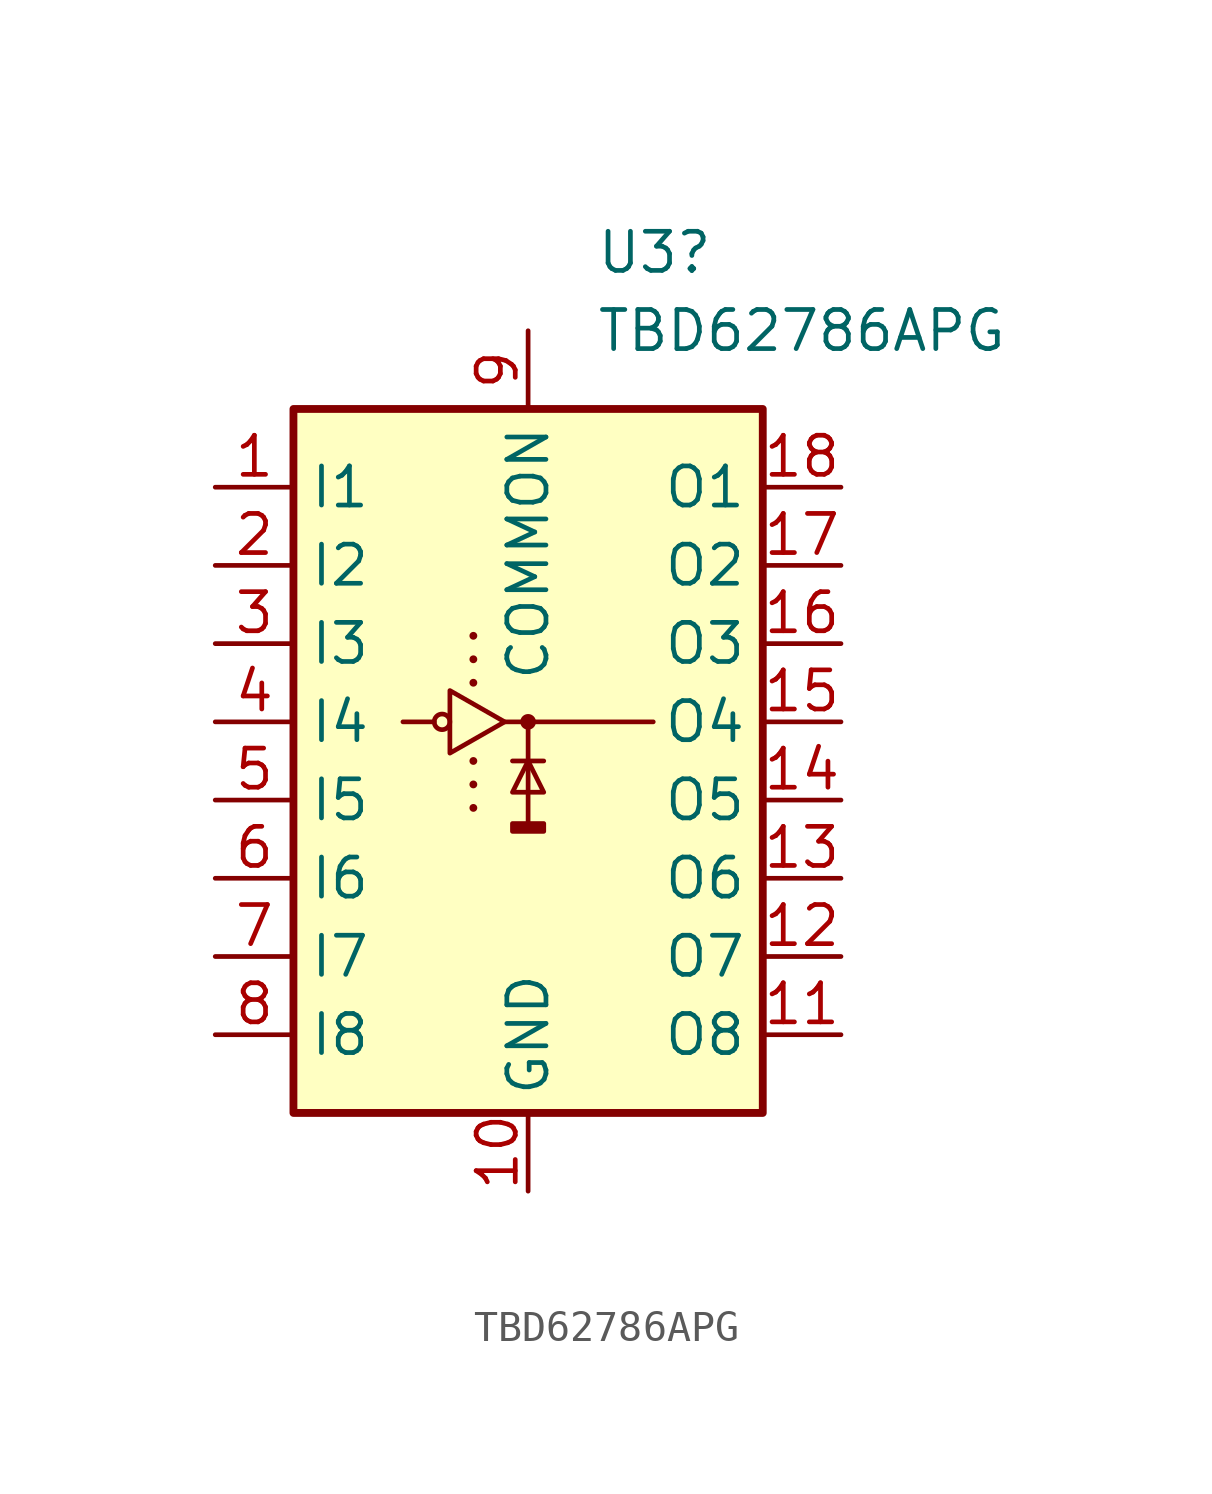
<source format=kicad_sym>
(kicad_symbol_lib
  (version 20231120)
  (generator "kicad_symbol_editor")
  (generator_version "8.0")
  (symbol "TBD62786APG"
    (property "Reference" "U3"
      (at 2.194 15.24 0)
      (effects (font (size 1.27 1.27)) (justify left)))
    (property "Value" "TBD62786APG"
      (at 2.194 12.7 0)
      (effects (font (size 1.27 1.27)) (justify left)))
    (symbol "TBD62786APG_0_1"
      (rectangle (start -7.62 10.16) (end 7.62 -12.7) (stroke (width 0.254) (type default)) (fill (type background)))
      (circle (center -2.794 0) (radius 0.254) (stroke (width 0) (type default)) (fill (type none)))
      (rectangle (start -0.508 -3.302) (end 0.508 -3.556) (stroke (width 0) (type default)) (fill (type outline)))
      (polyline (pts (xy -4.064 0) (xy -3.048 0)) (stroke (width 0) (type default)) (fill (type none)))
      (polyline (pts (xy -1.778 -2.794) (xy -1.778 -2.794)) (stroke (width 0.254) (type default)) (fill (type none)))
      (polyline (pts (xy -1.778 -2.032) (xy -1.778 -2.032)) (stroke (width 0.254) (type default)) (fill (type none)))
      (polyline (pts (xy -1.778 -1.27) (xy -1.778 -1.27)) (stroke (width 0.254) (type default)) (fill (type none)))
      (polyline (pts (xy -1.778 1.27) (xy -1.778 1.27)) (stroke (width 0.254) (type default)) (fill (type none)))
      (polyline (pts (xy -1.778 2.032) (xy -1.778 2.032)) (stroke (width 0.254) (type default)) (fill (type none)))
      (polyline (pts (xy -1.778 2.794) (xy -1.778 2.794)) (stroke (width 0.254) (type default)) (fill (type none)))
      (polyline (pts (xy -0.762 0) (xy 4.064 0)) (stroke (width 0) (type default)) (fill (type none)))
      (polyline (pts (xy -0.508 -1.27) (xy 0.508 -1.27)) (stroke (width 0) (type default)) (fill (type none)))
      (polyline (pts (xy 0 0) (xy 0 -3.302)) (stroke (width 0) (type default)) (fill (type none)))
      (polyline (pts (xy 0 0) (xy 0 0)) (stroke (width 0.508) (type default)) (fill (type none)))
      (polyline (pts (xy 0 -1.27) (xy -0.508 -2.286) (xy 0.508 -2.286) (xy 0 -1.27)) (stroke (width 0) (type default)) (fill (type none)))
      (polyline (pts (xy -2.54 0) (xy -2.54 0) (xy -2.54 1.016) (xy -0.762 0) (xy -2.54 -1.016) (xy -2.54 0)) (stroke (width 0) (type default)) (fill (type none))))
    (symbol "TBD62786APG_1_1"
      (pin input line (at -10.16 7.62 0) (length 2.54) (name "I1" (effects (font (size 1.27 1.27)))) (number "1" (effects (font (size 1.27 1.27)))))
      (pin power_in line (at 0 -15.24 90) (length 2.54) (name "GND" (effects (font (size 1.27 1.27)))) (number "10" (effects (font (size 1.27 1.27)))))
      (pin open_emitter line (at 10.16 -10.16 180) (length 2.54) (name "O8" (effects (font (size 1.27 1.27)))) (number "11" (effects (font (size 1.27 1.27)))))
      (pin open_emitter line (at 10.16 -7.62 180) (length 2.54) (name "O7" (effects (font (size 1.27 1.27)))) (number "12" (effects (font (size 1.27 1.27)))))
      (pin open_emitter line (at 10.16 -5.08 180) (length 2.54) (name "O6" (effects (font (size 1.27 1.27)))) (number "13" (effects (font (size 1.27 1.27)))))
      (pin open_emitter line (at 10.16 -2.54 180) (length 2.54) (name "O5" (effects (font (size 1.27 1.27)))) (number "14" (effects (font (size 1.27 1.27)))))
      (pin open_emitter line (at 10.16 0 180) (length 2.54) (name "O4" (effects (font (size 1.27 1.27)))) (number "15" (effects (font (size 1.27 1.27)))))
      (pin open_emitter line (at 10.16 2.54 180) (length 2.54) (name "O3" (effects (font (size 1.27 1.27)))) (number "16" (effects (font (size 1.27 1.27)))))
      (pin open_emitter line (at 10.16 5.08 180) (length 2.54) (name "O2" (effects (font (size 1.27 1.27)))) (number "17" (effects (font (size 1.27 1.27)))))
      (pin open_emitter line (at 10.16 7.62 180) (length 2.54) (name "O1" (effects (font (size 1.27 1.27)))) (number "18" (effects (font (size 1.27 1.27)))))
      (pin input line (at -10.16 5.08 0) (length 2.54) (name "I2" (effects (font (size 1.27 1.27)))) (number "2" (effects (font (size 1.27 1.27)))))
      (pin input line (at -10.16 2.54 0) (length 2.54) (name "I3" (effects (font (size 1.27 1.27)))) (number "3" (effects (font (size 1.27 1.27)))))
      (pin input line (at -10.16 0 0) (length 2.54) (name "I4" (effects (font (size 1.27 1.27)))) (number "4" (effects (font (size 1.27 1.27)))))
      (pin input line (at -10.16 -2.54 0) (length 2.54) (name "I5" (effects (font (size 1.27 1.27)))) (number "5" (effects (font (size 1.27 1.27)))))
      (pin input line (at -10.16 -5.08 0) (length 2.54) (name "I6" (effects (font (size 1.27 1.27)))) (number "6" (effects (font (size 1.27 1.27)))))
      (pin input line (at -10.16 -7.62 0) (length 2.54) (name "I7" (effects (font (size 1.27 1.27)))) (number "7" (effects (font (size 1.27 1.27)))))
      (pin input line (at -10.16 -10.16 0) (length 2.54) (name "I8" (effects (font (size 1.27 1.27)))) (number "8" (effects (font (size 1.27 1.27)))))
      (pin power_in line (at 0 12.7 270) (length 2.54) (name "COMMON" (effects (font (size 1.27 1.27)))) (number "9" (effects (font (size 1.27 1.27))))))))
</source>
